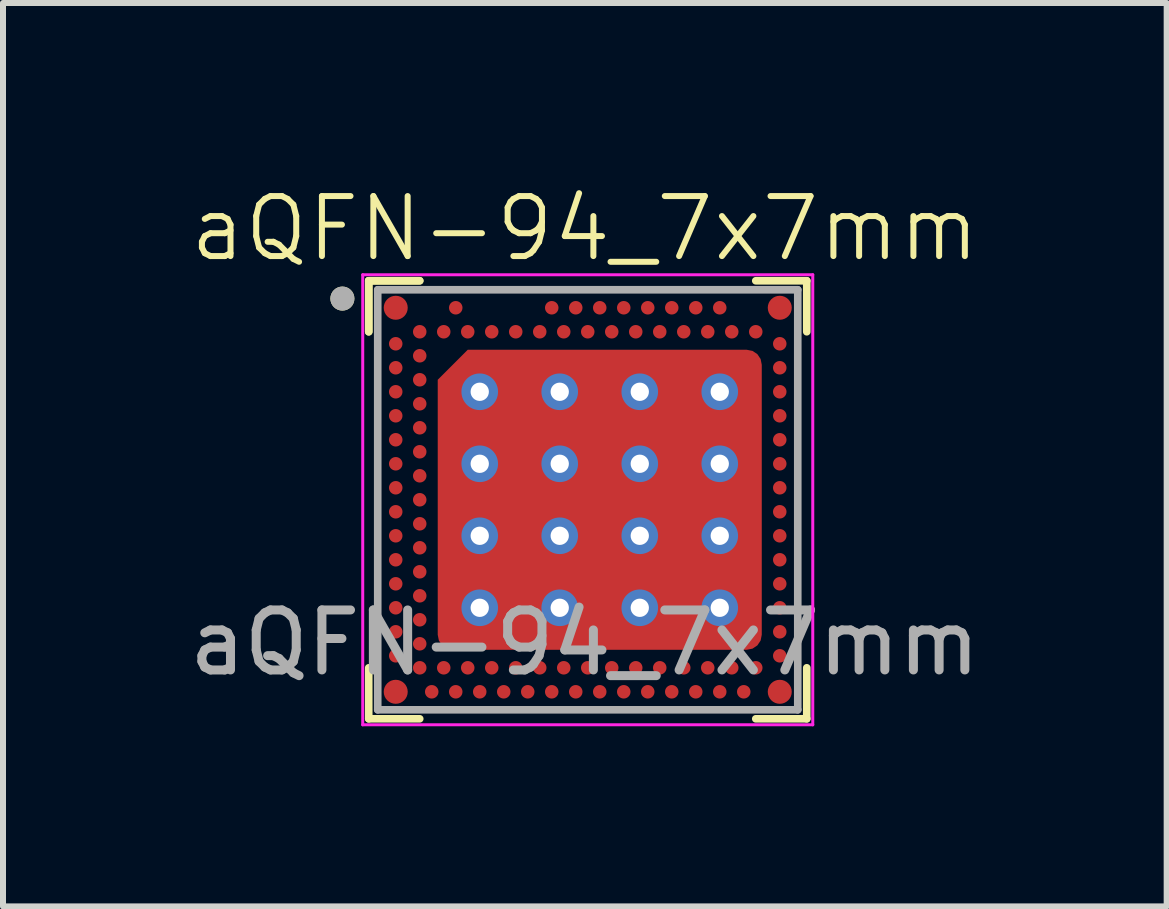
<source format=kicad_pcb>
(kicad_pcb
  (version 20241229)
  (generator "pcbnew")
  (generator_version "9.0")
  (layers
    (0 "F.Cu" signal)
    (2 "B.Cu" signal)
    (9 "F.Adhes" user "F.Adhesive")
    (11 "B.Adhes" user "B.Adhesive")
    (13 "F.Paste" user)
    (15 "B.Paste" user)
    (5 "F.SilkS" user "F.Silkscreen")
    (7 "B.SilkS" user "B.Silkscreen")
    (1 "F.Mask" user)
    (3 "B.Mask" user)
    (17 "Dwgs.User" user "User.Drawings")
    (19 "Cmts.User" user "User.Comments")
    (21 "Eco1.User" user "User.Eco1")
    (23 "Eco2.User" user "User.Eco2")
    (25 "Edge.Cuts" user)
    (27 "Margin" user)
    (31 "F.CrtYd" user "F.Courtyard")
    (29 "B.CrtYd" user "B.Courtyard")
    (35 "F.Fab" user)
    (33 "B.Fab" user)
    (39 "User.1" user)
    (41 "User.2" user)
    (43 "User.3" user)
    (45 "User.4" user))
  (footprint "aQFN-94_7x7mm"
    (layer "F.Cu")
    (at 6.696 5.16)
    (property "Reference" "aQFN-94_7x7mm" (at 0 -4.4 0) (unlocked yes) (layer "F.SilkS") (effects (font (size 1 1) (thickness 0.1))))
    (attr smd)
    (fp_line (start -3.601 -3.531) (end -3.601 -2.681) (stroke (width 0.127) (type solid)) (layer "F.SilkS"))
    (fp_line (start -3.601 -3.531) (end -3.601 -2.681) (stroke (width 0.127) (type solid)) (layer "F.SilkS"))
    (fp_line (start -3.601 2.919) (end -3.601 3.769) (stroke (width 0.127) (type solid)) (layer "F.SilkS"))
    (fp_line (start -3.601 3.769) (end -2.751 3.769) (stroke (width 0.127) (type solid)) (layer "F.SilkS"))
    (fp_line (start -2.751 -3.531) (end -3.601 -3.531) (stroke (width 0.127) (type solid)) (layer "F.SilkS"))
    (fp_line (start -2.751 -3.531) (end -3.601 -3.531) (stroke (width 0.127) (type solid)) (layer "F.SilkS"))
    (fp_line (start 2.849 3.769) (end 3.699 3.769) (stroke (width 0.127) (type solid)) (layer "F.SilkS"))
    (fp_line (start 3.699 -3.531) (end 2.849 -3.531) (stroke (width 0.127) (type solid)) (layer "F.SilkS"))
    (fp_line (start 3.699 -2.681) (end 3.699 -3.531) (stroke (width 0.127) (type solid)) (layer "F.SilkS"))
    (fp_line (start 3.699 3.769) (end 3.699 2.919) (stroke (width 0.127) (type solid)) (layer "F.SilkS"))
    (fp_circle (center -4.04 -3.234) (end -3.94 -3.234) (stroke (width 0.2) (type solid)) (fill no) (layer "F.SilkS"))
    (fp_circle (center -3.151 -3.081) (end -3.054 -3.081) (stroke (width 0.194) (type solid)) (fill no) (layer "F.Paste"))
    (fp_circle (center -3.151 -2.481) (end -3.098 -2.481) (stroke (width 0.106) (type solid)) (fill no) (layer "F.Paste"))
    (fp_circle (center -3.151 -2.081) (end -3.098 -2.081) (stroke (width 0.106) (type solid)) (fill no) (layer "F.Paste"))
    (fp_circle (center -3.151 -1.681) (end -3.098 -1.681) (stroke (width 0.106) (type solid)) (fill no) (layer "F.Paste"))
    (fp_circle (center -3.151 -1.281) (end -3.098 -1.281) (stroke (width 0.106) (type solid)) (fill no) (layer "F.Paste"))
    (fp_circle (center -3.151 -0.881) (end -3.098 -0.881) (stroke (width 0.106) (type solid)) (fill no) (layer "F.Paste"))
    (fp_circle (center -3.151 -0.481) (end -3.098 -0.481) (stroke (width 0.106) (type solid)) (fill no) (layer "F.Paste"))
    (fp_circle (center -3.151 -0.081) (end -3.098 -0.081) (stroke (width 0.106) (type solid)) (fill no) (layer "F.Paste"))
    (fp_circle (center -3.151 0.319) (end -3.098 0.319) (stroke (width 0.106) (type solid)) (fill no) (layer "F.Paste"))
    (fp_circle (center -3.151 0.719) (end -3.098 0.719) (stroke (width 0.106) (type solid)) (fill no) (layer "F.Paste"))
    (fp_circle (center -3.151 1.119) (end -3.098 1.119) (stroke (width 0.106) (type solid)) (fill no) (layer "F.Paste"))
    (fp_circle (center -3.151 1.519) (end -3.098 1.519) (stroke (width 0.106) (type solid)) (fill no) (layer "F.Paste"))
    (fp_circle (center -3.151 1.919) (end -3.098 1.919) (stroke (width 0.106) (type solid)) (fill no) (layer "F.Paste"))
    (fp_circle (center -3.151 2.319) (end -3.098 2.319) (stroke (width 0.106) (type solid)) (fill no) (layer "F.Paste"))
    (fp_circle (center -3.151 2.719) (end -3.098 2.719) (stroke (width 0.106) (type solid)) (fill no) (layer "F.Paste"))
    (fp_circle (center -3.151 3.319) (end -3.054 3.319) (stroke (width 0.194) (type solid)) (fill no) (layer "F.Paste"))
    (fp_circle (center -2.751 -2.681) (end -2.698 -2.681) (stroke (width 0.106) (type solid)) (fill no) (layer "F.Paste"))
    (fp_circle (center -2.751 -2.281) (end -2.698 -2.281) (stroke (width 0.106) (type solid)) (fill no) (layer "F.Paste"))
    (fp_circle (center -2.751 -1.881) (end -2.698 -1.881) (stroke (width 0.106) (type solid)) (fill no) (layer "F.Paste"))
    (fp_circle (center -2.751 -1.481) (end -2.698 -1.481) (stroke (width 0.106) (type solid)) (fill no) (layer "F.Paste"))
    (fp_circle (center -2.751 -1.081) (end -2.698 -1.081) (stroke (width 0.106) (type solid)) (fill no) (layer "F.Paste"))
    (fp_circle (center -2.751 -0.681) (end -2.698 -0.681) (stroke (width 0.106) (type solid)) (fill no) (layer "F.Paste"))
    (fp_circle (center -2.751 -0.281) (end -2.698 -0.281) (stroke (width 0.106) (type solid)) (fill no) (layer "F.Paste"))
    (fp_circle (center -2.751 0.119) (end -2.698 0.119) (stroke (width 0.106) (type solid)) (fill no) (layer "F.Paste"))
    (fp_circle (center -2.751 0.519) (end -2.698 0.519) (stroke (width 0.106) (type solid)) (fill no) (layer "F.Paste"))
    (fp_circle (center -2.751 0.919) (end -2.698 0.919) (stroke (width 0.106) (type solid)) (fill no) (layer "F.Paste"))
    (fp_circle (center -2.751 1.319) (end -2.698 1.319) (stroke (width 0.106) (type solid)) (fill no) (layer "F.Paste"))
    (fp_circle (center -2.751 1.719) (end -2.698 1.719) (stroke (width 0.106) (type solid)) (fill no) (layer "F.Paste"))
    (fp_circle (center -2.751 2.119) (end -2.698 2.119) (stroke (width 0.106) (type solid)) (fill no) (layer "F.Paste"))
    (fp_circle (center -2.751 2.519) (end -2.698 2.519) (stroke (width 0.106) (type solid)) (fill no) (layer "F.Paste"))
    (fp_circle (center -2.751 2.919) (end -2.698 2.919) (stroke (width 0.106) (type solid)) (fill no) (layer "F.Paste"))
    (fp_circle (center -2.551 3.319) (end -2.498 3.319) (stroke (width 0.106) (type solid)) (fill no) (layer "F.Paste"))
    (fp_circle (center -2.351 -2.681) (end -2.298 -2.681) (stroke (width 0.106) (type solid)) (fill no) (layer "F.Paste"))
    (fp_circle (center -2.351 2.919) (end -2.298 2.919) (stroke (width 0.106) (type solid)) (fill no) (layer "F.Paste"))
    (fp_circle (center -2.151 -3.081) (end -2.098 -3.081) (stroke (width 0.106) (type solid)) (fill no) (layer "F.Paste"))
    (fp_circle (center -2.151 3.319) (end -2.098 3.319) (stroke (width 0.106) (type solid)) (fill no) (layer "F.Paste"))
    (fp_circle (center -1.951 -2.681) (end -1.898 -2.681) (stroke (width 0.106) (type solid)) (fill no) (layer "F.Paste"))
    (fp_circle (center -1.951 2.919) (end -1.898 2.919) (stroke (width 0.106) (type solid)) (fill no) (layer "F.Paste"))
    (fp_circle (center -1.751 3.319) (end -1.698 3.319) (stroke (width 0.106) (type solid)) (fill no) (layer "F.Paste"))
    (fp_circle (center -1.551 -2.681) (end -1.498 -2.681) (stroke (width 0.106) (type solid)) (fill no) (layer "F.Paste"))
    (fp_circle (center -1.551 2.919) (end -1.498 2.919) (stroke (width 0.106) (type solid)) (fill no) (layer "F.Paste"))
    (fp_circle (center -1.351 3.319) (end -1.298 3.319) (stroke (width 0.106) (type solid)) (fill no) (layer "F.Paste"))
    (fp_circle (center -1.151 -2.681) (end -1.098 -2.681) (stroke (width 0.106) (type solid)) (fill no) (layer "F.Paste"))
    (fp_circle (center -1.151 2.919) (end -1.098 2.919) (stroke (width 0.106) (type solid)) (fill no) (layer "F.Paste"))
    (fp_circle (center -0.951 3.319) (end -0.898 3.319) (stroke (width 0.106) (type solid)) (fill no) (layer "F.Paste"))
    (fp_circle (center -0.751 -2.681) (end -0.698 -2.681) (stroke (width 0.106) (type solid)) (fill no) (layer "F.Paste"))
    (fp_circle (center -0.751 2.919) (end -0.698 2.919) (stroke (width 0.106) (type solid)) (fill no) (layer "F.Paste"))
    (fp_circle (center -0.551 -3.081) (end -0.498 -3.081) (stroke (width 0.106) (type solid)) (fill no) (layer "F.Paste"))
    (fp_circle (center -0.551 3.319) (end -0.498 3.319) (stroke (width 0.106) (type solid)) (fill no) (layer "F.Paste"))
    (fp_circle (center -0.351 -2.681) (end -0.298 -2.681) (stroke (width 0.106) (type solid)) (fill no) (layer "F.Paste"))
    (fp_circle (center -0.351 2.919) (end -0.298 2.919) (stroke (width 0.106) (type solid)) (fill no) (layer "F.Paste"))
    (fp_circle (center -0.151 -3.081) (end -0.098 -3.081) (stroke (width 0.106) (type solid)) (fill no) (layer "F.Paste"))
    (fp_circle (center -0.151 3.319) (end -0.098 3.319) (stroke (width 0.106) (type solid)) (fill no) (layer "F.Paste"))
    (fp_circle (center 0.049 -2.681) (end 0.102 -2.681) (stroke (width 0.106) (type solid)) (fill no) (layer "F.Paste"))
    (fp_circle (center 0.049 2.919) (end 0.102 2.919) (stroke (width 0.106) (type solid)) (fill no) (layer "F.Paste"))
    (fp_circle (center 0.249 -3.081) (end 0.302 -3.081) (stroke (width 0.106) (type solid)) (fill no) (layer "F.Paste"))
    (fp_circle (center 0.249 3.319) (end 0.302 3.319) (stroke (width 0.106) (type solid)) (fill no) (layer "F.Paste"))
    (fp_circle (center 0.449 -2.681) (end 0.502 -2.681) (stroke (width 0.106) (type solid)) (fill no) (layer "F.Paste"))
    (fp_circle (center 0.449 2.919) (end 0.502 2.919) (stroke (width 0.106) (type solid)) (fill no) (layer "F.Paste"))
    (fp_circle (center 0.649 -3.081) (end 0.702 -3.081) (stroke (width 0.106) (type solid)) (fill no) (layer "F.Paste"))
    (fp_circle (center 0.649 3.319) (end 0.702 3.319) (stroke (width 0.106) (type solid)) (fill no) (layer "F.Paste"))
    (fp_circle (center 0.849 -2.681) (end 0.902 -2.681) (stroke (width 0.106) (type solid)) (fill no) (layer "F.Paste"))
    (fp_circle (center 0.849 2.919) (end 0.902 2.919) (stroke (width 0.106) (type solid)) (fill no) (layer "F.Paste"))
    (fp_circle (center 1.049 -3.081) (end 1.102 -3.081) (stroke (width 0.106) (type solid)) (fill no) (layer "F.Paste"))
    (fp_circle (center 1.049 3.319) (end 1.102 3.319) (stroke (width 0.106) (type solid)) (fill no) (layer "F.Paste"))
    (fp_circle (center 1.249 -2.681) (end 1.302 -2.681) (stroke (width 0.106) (type solid)) (fill no) (layer "F.Paste"))
    (fp_circle (center 1.249 2.919) (end 1.302 2.919) (stroke (width 0.106) (type solid)) (fill no) (layer "F.Paste"))
    (fp_circle (center 1.449 -3.081) (end 1.502 -3.081) (stroke (width 0.106) (type solid)) (fill no) (layer "F.Paste"))
    (fp_circle (center 1.449 3.319) (end 1.502 3.319) (stroke (width 0.106) (type solid)) (fill no) (layer "F.Paste"))
    (fp_circle (center 1.649 -2.681) (end 1.702 -2.681) (stroke (width 0.106) (type solid)) (fill no) (layer "F.Paste"))
    (fp_circle (center 1.649 2.919) (end 1.702 2.919) (stroke (width 0.106) (type solid)) (fill no) (layer "F.Paste"))
    (fp_circle (center 1.849 -3.081) (end 1.902 -3.081) (stroke (width 0.106) (type solid)) (fill no) (layer "F.Paste"))
    (fp_circle (center 1.849 3.319) (end 1.902 3.319) (stroke (width 0.106) (type solid)) (fill no) (layer "F.Paste"))
    (fp_circle (center 2.049 -2.681) (end 2.102 -2.681) (stroke (width 0.106) (type solid)) (fill no) (layer "F.Paste"))
    (fp_circle (center 2.049 2.919) (end 2.102 2.919) (stroke (width 0.106) (type solid)) (fill no) (layer "F.Paste"))
    (fp_circle (center 2.249 -3.081) (end 2.302 -3.081) (stroke (width 0.106) (type solid)) (fill no) (layer "F.Paste"))
    (fp_circle (center 2.249 3.319) (end 2.302 3.319) (stroke (width 0.106) (type solid)) (fill no) (layer "F.Paste"))
    (fp_circle (center 2.449 -2.681) (end 2.502 -2.681) (stroke (width 0.106) (type solid)) (fill no) (layer "F.Paste"))
    (fp_circle (center 2.449 2.919) (end 2.502 2.919) (stroke (width 0.106) (type solid)) (fill no) (layer "F.Paste"))
    (fp_circle (center 2.649 3.319) (end 2.702 3.319) (stroke (width 0.106) (type solid)) (fill no) (layer "F.Paste"))
    (fp_circle (center 2.849 -2.681) (end 2.902 -2.681) (stroke (width 0.106) (type solid)) (fill no) (layer "F.Paste"))
    (fp_circle (center 2.849 2.919) (end 2.902 2.919) (stroke (width 0.106) (type solid)) (fill no) (layer "F.Paste"))
    (fp_circle (center 3.249 -3.081) (end 3.346 -3.081) (stroke (width 0.194) (type solid)) (fill no) (layer "F.Paste"))
    (fp_circle (center 3.249 -2.481) (end 3.302 -2.481) (stroke (width 0.106) (type solid)) (fill no) (layer "F.Paste"))
    (fp_circle (center 3.249 -2.081) (end 3.302 -2.081) (stroke (width 0.106) (type solid)) (fill no) (layer "F.Paste"))
    (fp_circle (center 3.249 -1.681) (end 3.302 -1.681) (stroke (width 0.106) (type solid)) (fill no) (layer "F.Paste"))
    (fp_circle (center 3.249 -1.281) (end 3.302 -1.281) (stroke (width 0.106) (type solid)) (fill no) (layer "F.Paste"))
    (fp_circle (center 3.249 -0.881) (end 3.302 -0.881) (stroke (width 0.106) (type solid)) (fill no) (layer "F.Paste"))
    (fp_circle (center 3.249 -0.481) (end 3.302 -0.481) (stroke (width 0.106) (type solid)) (fill no) (layer "F.Paste"))
    (fp_circle (center 3.249 -0.081) (end 3.302 -0.081) (stroke (width 0.106) (type solid)) (fill no) (layer "F.Paste"))
    (fp_circle (center 3.249 0.319) (end 3.302 0.319) (stroke (width 0.106) (type solid)) (fill no) (layer "F.Paste"))
    (fp_circle (center 3.249 0.719) (end 3.302 0.719) (stroke (width 0.106) (type solid)) (fill no) (layer "F.Paste"))
    (fp_circle (center 3.249 1.119) (end 3.302 1.119) (stroke (width 0.106) (type solid)) (fill no) (layer "F.Paste"))
    (fp_circle (center 3.249 1.519) (end 3.302 1.519) (stroke (width 0.106) (type solid)) (fill no) (layer "F.Paste"))
    (fp_circle (center 3.249 1.919) (end 3.302 1.919) (stroke (width 0.106) (type solid)) (fill no) (layer "F.Paste"))
    (fp_circle (center 3.249 2.319) (end 3.302 2.319) (stroke (width 0.106) (type solid)) (fill no) (layer "F.Paste"))
    (fp_circle (center 3.249 2.719) (end 3.302 2.719) (stroke (width 0.106) (type solid)) (fill no) (layer "F.Paste"))
    (fp_circle (center 3.249 3.319) (end 3.346 3.319) (stroke (width 0.194) (type solid)) (fill no) (layer "F.Paste"))
    (fp_poly (pts (xy -2.251 -1.941) (xy -2.25 -1.953) (xy -2.249 -1.966) (xy -2.247 -1.979) (xy -2.245 -1.991) (xy -2.242 -2.004) (xy -2.238 -2.016) (xy -2.233 -2.028) (xy -2.228 -2.04) (xy -2.222 -2.051) (xy -2.216 -2.062) (xy -2.209 -2.073) (xy -2.202 -2.083) (xy -2.194 -2.094) (xy -2.185 -2.103) (xy -2.176 -2.112) (xy -2.167 -2.121) (xy -2.157 -2.129) (xy -2.147 -2.137) (xy -2.136 -2.144) (xy -2.125 -2.15) (xy -2.113 -2.156) (xy -2.102 -2.162) (xy -2.09 -2.166) (xy -2.078 -2.17) (xy -2.065 -2.174) (xy -2.053 -2.177) (xy -2.04 -2.179) (xy -2.027 -2.18) (xy -2.015 -2.181) (xy -2.001 -2.181) (xy -1.401 -2.181) (xy -1.387 -2.181) (xy -1.375 -2.18) (xy -1.362 -2.179) (xy -1.349 -2.177) (xy -1.337 -2.174) (xy -1.324 -2.17) (xy -1.312 -2.166) (xy -1.3 -2.162) (xy -1.289 -2.156) (xy -1.277 -2.15) (xy -1.266 -2.144) (xy -1.255 -2.137) (xy -1.245 -2.129) (xy -1.235 -2.121) (xy -1.226 -2.112) (xy -1.217 -2.103) (xy -1.208 -2.094) (xy -1.2 -2.083) (xy -1.193 -2.073) (xy -1.186 -2.062) (xy -1.18 -2.051) (xy -1.174 -2.04) (xy -1.169 -2.028) (xy -1.164 -2.016) (xy -1.16 -2.004) (xy -1.157 -1.991) (xy -1.155 -1.979) (xy -1.153 -1.966) (xy -1.152 -1.953) (xy -1.151 -1.941) (xy -1.151 -1.421) (xy -1.152 -1.409) (xy -1.153 -1.396) (xy -1.155 -1.383) (xy -1.157 -1.371) (xy -1.16 -1.358) (xy -1.164 -1.346) (xy -1.169 -1.334) (xy -1.174 -1.322) (xy -1.18 -1.311) (xy -1.186 -1.3) (xy -1.193 -1.289) (xy -1.2 -1.279) (xy -1.208 -1.268) (xy -1.217 -1.259) (xy -1.226 -1.25) (xy -1.235 -1.241) (xy -1.245 -1.233) (xy -1.255 -1.225) (xy -1.266 -1.218) (xy -1.277 -1.212) (xy -1.289 -1.206) (xy -1.3 -1.2) (xy -1.312 -1.196) (xy -1.324 -1.192) (xy -1.337 -1.188) (xy -1.349 -1.185) (xy -1.362 -1.183) (xy -1.375 -1.182) (xy -1.387 -1.181) (xy -1.401 -1.181) (xy -2.001 -1.181) (xy -2.015 -1.181) (xy -2.027 -1.182) (xy -2.04 -1.183) (xy -2.053 -1.185) (xy -2.065 -1.188) (xy -2.078 -1.192) (xy -2.09 -1.196) (xy -2.102 -1.2) (xy -2.113 -1.206) (xy -2.125 -1.212) (xy -2.136 -1.218) (xy -2.147 -1.225) (xy -2.157 -1.233) (xy -2.167 -1.241) (xy -2.176 -1.25) (xy -2.185 -1.259) (xy -2.194 -1.268) (xy -2.202 -1.279) (xy -2.209 -1.289) (xy -2.216 -1.3) (xy -2.222 -1.311) (xy -2.228 -1.322) (xy -2.233 -1.334) (xy -2.238 -1.346) (xy -2.242 -1.358) (xy -2.245 -1.371) (xy -2.247 -1.383) (xy -2.249 -1.396) (xy -2.25 -1.409) (xy -2.251 -1.421) (xy -2.251 -1.941)) (stroke (width 0.01) (type solid)) (fill yes) (layer "F.Paste"))
    (fp_poly (pts (xy -2.251 -0.741) (xy -2.25 -0.753) (xy -2.249 -0.766) (xy -2.247 -0.779) (xy -2.245 -0.791) (xy -2.242 -0.804) (xy -2.238 -0.816) (xy -2.233 -0.828) (xy -2.228 -0.84) (xy -2.222 -0.851) (xy -2.216 -0.862) (xy -2.209 -0.873) (xy -2.202 -0.883) (xy -2.194 -0.894) (xy -2.185 -0.903) (xy -2.176 -0.912) (xy -2.167 -0.921) (xy -2.157 -0.929) (xy -2.147 -0.937) (xy -2.136 -0.944) (xy -2.125 -0.95) (xy -2.113 -0.956) (xy -2.102 -0.962) (xy -2.09 -0.966) (xy -2.078 -0.97) (xy -2.065 -0.974) (xy -2.053 -0.977) (xy -2.04 -0.979) (xy -2.027 -0.98) (xy -2.015 -0.981) (xy -2.001 -0.981) (xy -1.401 -0.981) (xy -1.387 -0.981) (xy -1.375 -0.98) (xy -1.362 -0.979) (xy -1.349 -0.977) (xy -1.337 -0.974) (xy -1.324 -0.97) (xy -1.312 -0.966) (xy -1.3 -0.962) (xy -1.289 -0.956) (xy -1.277 -0.95) (xy -1.266 -0.944) (xy -1.255 -0.937) (xy -1.245 -0.929) (xy -1.235 -0.921) (xy -1.226 -0.912) (xy -1.217 -0.903) (xy -1.208 -0.894) (xy -1.2 -0.883) (xy -1.193 -0.873) (xy -1.186 -0.862) (xy -1.18 -0.851) (xy -1.174 -0.84) (xy -1.169 -0.828) (xy -1.164 -0.816) (xy -1.16 -0.804) (xy -1.157 -0.791) (xy -1.155 -0.779) (xy -1.153 -0.766) (xy -1.152 -0.753) (xy -1.151 -0.741) (xy -1.151 -0.221) (xy -1.152 -0.209) (xy -1.153 -0.196) (xy -1.155 -0.183) (xy -1.157 -0.171) (xy -1.16 -0.158) (xy -1.164 -0.146) (xy -1.169 -0.134) (xy -1.174 -0.122) (xy -1.18 -0.111) (xy -1.186 -0.1) (xy -1.193 -0.089) (xy -1.2 -0.079) (xy -1.208 -0.068) (xy -1.217 -0.059) (xy -1.226 -0.05) (xy -1.235 -0.041) (xy -1.245 -0.033) (xy -1.255 -0.025) (xy -1.266 -0.018) (xy -1.277 -0.012) (xy -1.289 -0.006) (xy -1.3 0) (xy -1.312 0.004) (xy -1.324 0.008) (xy -1.337 0.012) (xy -1.349 0.015) (xy -1.362 0.017) (xy -1.375 0.018) (xy -1.387 0.019) (xy -1.401 0.019) (xy -2.001 0.019) (xy -2.015 0.019) (xy -2.027 0.018) (xy -2.04 0.017) (xy -2.053 0.015) (xy -2.065 0.012) (xy -2.078 0.008) (xy -2.09 0.004) (xy -2.102 0) (xy -2.113 -0.006) (xy -2.125 -0.012) (xy -2.136 -0.018) (xy -2.147 -0.025) (xy -2.157 -0.033) (xy -2.167 -0.041) (xy -2.176 -0.05) (xy -2.185 -0.059) (xy -2.194 -0.068) (xy -2.202 -0.079) (xy -2.209 -0.089) (xy -2.216 -0.1) (xy -2.222 -0.111) (xy -2.228 -0.122) (xy -2.233 -0.134) (xy -2.238 -0.146) (xy -2.242 -0.158) (xy -2.245 -0.171) (xy -2.247 -0.183) (xy -2.249 -0.196) (xy -2.25 -0.209) (xy -2.251 -0.221) (xy -2.251 -0.741)) (stroke (width 0.01) (type solid)) (fill yes) (layer "F.Paste"))
    (fp_poly (pts (xy -2.251 0.459) (xy -2.25 0.447) (xy -2.249 0.434) (xy -2.247 0.421) (xy -2.245 0.409) (xy -2.242 0.396) (xy -2.238 0.384) (xy -2.233 0.372) (xy -2.228 0.36) (xy -2.222 0.349) (xy -2.216 0.338) (xy -2.209 0.327) (xy -2.202 0.317) (xy -2.194 0.306) (xy -2.185 0.297) (xy -2.176 0.288) (xy -2.167 0.279) (xy -2.157 0.271) (xy -2.147 0.263) (xy -2.136 0.256) (xy -2.125 0.25) (xy -2.113 0.244) (xy -2.102 0.238) (xy -2.09 0.234) (xy -2.078 0.23) (xy -2.065 0.226) (xy -2.053 0.223) (xy -2.04 0.221) (xy -2.027 0.22) (xy -2.015 0.219) (xy -2.001 0.219) (xy -1.401 0.219) (xy -1.387 0.219) (xy -1.375 0.22) (xy -1.362 0.221) (xy -1.349 0.223) (xy -1.337 0.226) (xy -1.324 0.23) (xy -1.312 0.234) (xy -1.3 0.238) (xy -1.289 0.244) (xy -1.277 0.25) (xy -1.266 0.256) (xy -1.255 0.263) (xy -1.245 0.271) (xy -1.235 0.279) (xy -1.226 0.288) (xy -1.217 0.297) (xy -1.208 0.306) (xy -1.2 0.317) (xy -1.193 0.327) (xy -1.186 0.338) (xy -1.18 0.349) (xy -1.174 0.36) (xy -1.169 0.372) (xy -1.164 0.384) (xy -1.16 0.396) (xy -1.157 0.409) (xy -1.155 0.421) (xy -1.153 0.434) (xy -1.152 0.447) (xy -1.151 0.459) (xy -1.151 0.979) (xy -1.152 0.991) (xy -1.153 1.004) (xy -1.155 1.017) (xy -1.157 1.029) (xy -1.16 1.042) (xy -1.164 1.054) (xy -1.169 1.066) (xy -1.174 1.078) (xy -1.18 1.089) (xy -1.186 1.1) (xy -1.193 1.111) (xy -1.2 1.121) (xy -1.208 1.132) (xy -1.217 1.141) (xy -1.226 1.15) (xy -1.235 1.159) (xy -1.245 1.167) (xy -1.255 1.175) (xy -1.266 1.182) (xy -1.277 1.188) (xy -1.289 1.194) (xy -1.3 1.2) (xy -1.312 1.204) (xy -1.324 1.208) (xy -1.337 1.212) (xy -1.349 1.215) (xy -1.362 1.217) (xy -1.375 1.218) (xy -1.387 1.219) (xy -1.401 1.219) (xy -2.001 1.219) (xy -2.015 1.219) (xy -2.027 1.218) (xy -2.04 1.217) (xy -2.053 1.215) (xy -2.065 1.212) (xy -2.078 1.208) (xy -2.09 1.204) (xy -2.102 1.2) (xy -2.113 1.194) (xy -2.125 1.188) (xy -2.136 1.182) (xy -2.147 1.175) (xy -2.157 1.167) (xy -2.167 1.159) (xy -2.176 1.15) (xy -2.185 1.141) (xy -2.194 1.132) (xy -2.202 1.121) (xy -2.209 1.111) (xy -2.216 1.1) (xy -2.222 1.089) (xy -2.228 1.078) (xy -2.233 1.066) (xy -2.238 1.054) (xy -2.242 1.042) (xy -2.245 1.029) (xy -2.247 1.017) (xy -2.249 1.004) (xy -2.25 0.991) (xy -2.251 0.979) (xy -2.251 0.459)) (stroke (width 0.01) (type solid)) (fill yes) (layer "F.Paste"))
    (fp_poly (pts (xy -2.251 1.659) (xy -2.25 1.647) (xy -2.249 1.634) (xy -2.247 1.621) (xy -2.245 1.609) (xy -2.242 1.596) (xy -2.238 1.584) (xy -2.233 1.572) (xy -2.228 1.56) (xy -2.222 1.549) (xy -2.216 1.538) (xy -2.209 1.527) (xy -2.202 1.517) (xy -2.194 1.506) (xy -2.185 1.497) (xy -2.176 1.488) (xy -2.167 1.479) (xy -2.157 1.471) (xy -2.147 1.463) (xy -2.136 1.456) (xy -2.125 1.45) (xy -2.113 1.444) (xy -2.102 1.438) (xy -2.09 1.434) (xy -2.078 1.43) (xy -2.065 1.426) (xy -2.053 1.423) (xy -2.04 1.421) (xy -2.027 1.42) (xy -2.015 1.419) (xy -2.001 1.419) (xy -1.401 1.419) (xy -1.387 1.419) (xy -1.375 1.42) (xy -1.362 1.421) (xy -1.349 1.423) (xy -1.337 1.426) (xy -1.324 1.43) (xy -1.312 1.434) (xy -1.3 1.438) (xy -1.289 1.444) (xy -1.277 1.45) (xy -1.266 1.456) (xy -1.255 1.463) (xy -1.245 1.471) (xy -1.235 1.479) (xy -1.226 1.488) (xy -1.217 1.497) (xy -1.208 1.506) (xy -1.2 1.517) (xy -1.193 1.527) (xy -1.186 1.538) (xy -1.18 1.549) (xy -1.174 1.56) (xy -1.169 1.572) (xy -1.164 1.584) (xy -1.16 1.596) (xy -1.157 1.609) (xy -1.155 1.621) (xy -1.153 1.634) (xy -1.152 1.647) (xy -1.151 1.659) (xy -1.151 2.179) (xy -1.152 2.191) (xy -1.153 2.204) (xy -1.155 2.217) (xy -1.157 2.229) (xy -1.16 2.242) (xy -1.164 2.254) (xy -1.169 2.266) (xy -1.174 2.278) (xy -1.18 2.289) (xy -1.186 2.3) (xy -1.193 2.311) (xy -1.2 2.321) (xy -1.208 2.332) (xy -1.217 2.341) (xy -1.226 2.35) (xy -1.235 2.359) (xy -1.245 2.367) (xy -1.255 2.375) (xy -1.266 2.382) (xy -1.277 2.388) (xy -1.289 2.394) (xy -1.3 2.4) (xy -1.312 2.404) (xy -1.324 2.408) (xy -1.337 2.412) (xy -1.349 2.415) (xy -1.362 2.417) (xy -1.375 2.418) (xy -1.387 2.419) (xy -1.401 2.419) (xy -2.001 2.419) (xy -2.015 2.419) (xy -2.027 2.418) (xy -2.04 2.417) (xy -2.053 2.415) (xy -2.065 2.412) (xy -2.078 2.408) (xy -2.09 2.404) (xy -2.102 2.4) (xy -2.113 2.394) (xy -2.125 2.388) (xy -2.136 2.382) (xy -2.147 2.375) (xy -2.157 2.367) (xy -2.167 2.359) (xy -2.176 2.35) (xy -2.185 2.341) (xy -2.194 2.332) (xy -2.202 2.321) (xy -2.209 2.311) (xy -2.216 2.3) (xy -2.222 2.289) (xy -2.228 2.278) (xy -2.233 2.266) (xy -2.238 2.254) (xy -2.242 2.242) (xy -2.245 2.229) (xy -2.247 2.217) (xy -2.249 2.204) (xy -2.25 2.191) (xy -2.251 2.179) (xy -2.251 1.659)) (stroke (width 0.01) (type solid)) (fill yes) (layer "F.Paste"))
    (fp_poly (pts (xy -0.951 -1.941) (xy -0.95 -1.953) (xy -0.949 -1.966) (xy -0.947 -1.979) (xy -0.945 -1.991) (xy -0.942 -2.004) (xy -0.938 -2.016) (xy -0.933 -2.028) (xy -0.928 -2.04) (xy -0.922 -2.051) (xy -0.916 -2.062) (xy -0.909 -2.073) (xy -0.902 -2.083) (xy -0.894 -2.094) (xy -0.885 -2.103) (xy -0.876 -2.112) (xy -0.867 -2.121) (xy -0.857 -2.129) (xy -0.847 -2.137) (xy -0.836 -2.144) (xy -0.825 -2.15) (xy -0.813 -2.156) (xy -0.802 -2.162) (xy -0.79 -2.166) (xy -0.778 -2.17) (xy -0.765 -2.174) (xy -0.753 -2.177) (xy -0.74 -2.179) (xy -0.727 -2.18) (xy -0.715 -2.181) (xy -0.701 -2.181) (xy -0.101 -2.181) (xy -0.087 -2.181) (xy -0.075 -2.18) (xy -0.062 -2.179) (xy -0.049 -2.177) (xy -0.037 -2.174) (xy -0.024 -2.17) (xy -0.012 -2.166) (xy 0 -2.162) (xy 0.011 -2.156) (xy 0.023 -2.15) (xy 0.034 -2.144) (xy 0.045 -2.137) (xy 0.055 -2.129) (xy 0.065 -2.121) (xy 0.074 -2.112) (xy 0.083 -2.103) (xy 0.092 -2.094) (xy 0.1 -2.083) (xy 0.107 -2.073) (xy 0.114 -2.062) (xy 0.12 -2.051) (xy 0.126 -2.04) (xy 0.131 -2.028) (xy 0.136 -2.016) (xy 0.14 -2.004) (xy 0.143 -1.991) (xy 0.145 -1.979) (xy 0.147 -1.966) (xy 0.148 -1.953) (xy 0.149 -1.941) (xy 0.149 -1.421) (xy 0.148 -1.409) (xy 0.147 -1.396) (xy 0.145 -1.383) (xy 0.143 -1.371) (xy 0.14 -1.358) (xy 0.136 -1.346) (xy 0.131 -1.334) (xy 0.126 -1.322) (xy 0.12 -1.311) (xy 0.114 -1.3) (xy 0.107 -1.289) (xy 0.1 -1.279) (xy 0.092 -1.268) (xy 0.083 -1.259) (xy 0.074 -1.25) (xy 0.065 -1.241) (xy 0.055 -1.233) (xy 0.045 -1.225) (xy 0.034 -1.218) (xy 0.023 -1.212) (xy 0.011 -1.206) (xy 0 -1.2) (xy -0.012 -1.196) (xy -0.024 -1.192) (xy -0.037 -1.188) (xy -0.049 -1.185) (xy -0.062 -1.183) (xy -0.075 -1.182) (xy -0.087 -1.181) (xy -0.101 -1.181) (xy -0.701 -1.181) (xy -0.715 -1.181) (xy -0.727 -1.182) (xy -0.74 -1.183) (xy -0.753 -1.185) (xy -0.765 -1.188) (xy -0.778 -1.192) (xy -0.79 -1.196) (xy -0.802 -1.2) (xy -0.813 -1.206) (xy -0.825 -1.212) (xy -0.836 -1.218) (xy -0.847 -1.225) (xy -0.857 -1.233) (xy -0.867 -1.241) (xy -0.876 -1.25) (xy -0.885 -1.259) (xy -0.894 -1.268) (xy -0.902 -1.279) (xy -0.909 -1.289) (xy -0.916 -1.3) (xy -0.922 -1.311) (xy -0.928 -1.322) (xy -0.933 -1.334) (xy -0.938 -1.346) (xy -0.942 -1.358) (xy -0.945 -1.371) (xy -0.947 -1.383) (xy -0.949 -1.396) (xy -0.95 -1.409) (xy -0.951 -1.421) (xy -0.951 -1.941)) (stroke (width 0.01) (type solid)) (fill yes) (layer "F.Paste"))
    (fp_poly (pts (xy -0.951 -0.741) (xy -0.95 -0.753) (xy -0.949 -0.766) (xy -0.947 -0.779) (xy -0.945 -0.791) (xy -0.942 -0.804) (xy -0.938 -0.816) (xy -0.933 -0.828) (xy -0.928 -0.84) (xy -0.922 -0.851) (xy -0.916 -0.862) (xy -0.909 -0.873) (xy -0.902 -0.883) (xy -0.894 -0.894) (xy -0.885 -0.903) (xy -0.876 -0.912) (xy -0.867 -0.921) (xy -0.857 -0.929) (xy -0.847 -0.937) (xy -0.836 -0.944) (xy -0.825 -0.95) (xy -0.813 -0.956) (xy -0.802 -0.962) (xy -0.79 -0.966) (xy -0.778 -0.97) (xy -0.765 -0.974) (xy -0.753 -0.977) (xy -0.74 -0.979) (xy -0.727 -0.98) (xy -0.715 -0.981) (xy -0.701 -0.981) (xy -0.101 -0.981) (xy -0.087 -0.981) (xy -0.075 -0.98) (xy -0.062 -0.979) (xy -0.049 -0.977) (xy -0.037 -0.974) (xy -0.024 -0.97) (xy -0.012 -0.966) (xy 0 -0.962) (xy 0.011 -0.956) (xy 0.023 -0.95) (xy 0.034 -0.944) (xy 0.045 -0.937) (xy 0.055 -0.929) (xy 0.065 -0.921) (xy 0.074 -0.912) (xy 0.083 -0.903) (xy 0.092 -0.894) (xy 0.1 -0.883) (xy 0.107 -0.873) (xy 0.114 -0.862) (xy 0.12 -0.851) (xy 0.126 -0.84) (xy 0.131 -0.828) (xy 0.136 -0.816) (xy 0.14 -0.804) (xy 0.143 -0.791) (xy 0.145 -0.779) (xy 0.147 -0.766) (xy 0.148 -0.753) (xy 0.149 -0.741) (xy 0.149 -0.221) (xy 0.148 -0.209) (xy 0.147 -0.196) (xy 0.145 -0.183) (xy 0.143 -0.171) (xy 0.14 -0.158) (xy 0.136 -0.146) (xy 0.131 -0.134) (xy 0.126 -0.122) (xy 0.12 -0.111) (xy 0.114 -0.1) (xy 0.107 -0.089) (xy 0.1 -0.079) (xy 0.092 -0.068) (xy 0.083 -0.059) (xy 0.074 -0.05) (xy 0.065 -0.041) (xy 0.055 -0.033) (xy 0.045 -0.025) (xy 0.034 -0.018) (xy 0.023 -0.012) (xy 0.011 -0.006) (xy 0 0) (xy -0.012 0.004) (xy -0.024 0.008) (xy -0.037 0.012) (xy -0.049 0.015) (xy -0.062 0.017) (xy -0.075 0.018) (xy -0.087 0.019) (xy -0.101 0.019) (xy -0.701 0.019) (xy -0.715 0.019) (xy -0.727 0.018) (xy -0.74 0.017) (xy -0.753 0.015) (xy -0.765 0.012) (xy -0.778 0.008) (xy -0.79 0.004) (xy -0.802 0) (xy -0.813 -0.006) (xy -0.825 -0.012) (xy -0.836 -0.018) (xy -0.847 -0.025) (xy -0.857 -0.033) (xy -0.867 -0.041) (xy -0.876 -0.05) (xy -0.885 -0.059) (xy -0.894 -0.068) (xy -0.902 -0.079) (xy -0.909 -0.089) (xy -0.916 -0.1) (xy -0.922 -0.111) (xy -0.928 -0.122) (xy -0.933 -0.134) (xy -0.938 -0.146) (xy -0.942 -0.158) (xy -0.945 -0.171) (xy -0.947 -0.183) (xy -0.949 -0.196) (xy -0.95 -0.209) (xy -0.951 -0.221) (xy -0.951 -0.741)) (stroke (width 0.01) (type solid)) (fill yes) (layer "F.Paste"))
    (fp_poly (pts (xy -0.951 0.459) (xy -0.95 0.447) (xy -0.949 0.434) (xy -0.947 0.421) (xy -0.945 0.409) (xy -0.942 0.396) (xy -0.938 0.384) (xy -0.933 0.372) (xy -0.928 0.36) (xy -0.922 0.349) (xy -0.916 0.338) (xy -0.909 0.327) (xy -0.902 0.317) (xy -0.894 0.306) (xy -0.885 0.297) (xy -0.876 0.288) (xy -0.867 0.279) (xy -0.857 0.271) (xy -0.847 0.263) (xy -0.836 0.256) (xy -0.825 0.25) (xy -0.813 0.244) (xy -0.802 0.238) (xy -0.79 0.234) (xy -0.778 0.23) (xy -0.765 0.226) (xy -0.753 0.223) (xy -0.74 0.221) (xy -0.727 0.22) (xy -0.715 0.219) (xy -0.701 0.219) (xy -0.101 0.219) (xy -0.087 0.219) (xy -0.075 0.22) (xy -0.062 0.221) (xy -0.049 0.223) (xy -0.037 0.226) (xy -0.024 0.23) (xy -0.012 0.234) (xy 0 0.238) (xy 0.011 0.244) (xy 0.023 0.25) (xy 0.034 0.256) (xy 0.045 0.263) (xy 0.055 0.271) (xy 0.065 0.279) (xy 0.074 0.288) (xy 0.083 0.297) (xy 0.092 0.306) (xy 0.1 0.317) (xy 0.107 0.327) (xy 0.114 0.338) (xy 0.12 0.349) (xy 0.126 0.36) (xy 0.131 0.372) (xy 0.136 0.384) (xy 0.14 0.396) (xy 0.143 0.409) (xy 0.145 0.421) (xy 0.147 0.434) (xy 0.148 0.447) (xy 0.149 0.459) (xy 0.149 0.979) (xy 0.148 0.991) (xy 0.147 1.004) (xy 0.145 1.017) (xy 0.143 1.029) (xy 0.14 1.042) (xy 0.136 1.054) (xy 0.131 1.066) (xy 0.126 1.078) (xy 0.12 1.089) (xy 0.114 1.1) (xy 0.107 1.111) (xy 0.1 1.121) (xy 0.092 1.132) (xy 0.083 1.141) (xy 0.074 1.15) (xy 0.065 1.159) (xy 0.055 1.167) (xy 0.045 1.175) (xy 0.034 1.182) (xy 0.023 1.188) (xy 0.011 1.194) (xy 0 1.2) (xy -0.012 1.204) (xy -0.024 1.208) (xy -0.037 1.212) (xy -0.049 1.215) (xy -0.062 1.217) (xy -0.075 1.218) (xy -0.087 1.219) (xy -0.101 1.219) (xy -0.701 1.219) (xy -0.715 1.219) (xy -0.727 1.218) (xy -0.74 1.217) (xy -0.753 1.215) (xy -0.765 1.212) (xy -0.778 1.208) (xy -0.79 1.204) (xy -0.802 1.2) (xy -0.813 1.194) (xy -0.825 1.188) (xy -0.836 1.182) (xy -0.847 1.175) (xy -0.857 1.167) (xy -0.867 1.159) (xy -0.876 1.15) (xy -0.885 1.141) (xy -0.894 1.132) (xy -0.902 1.121) (xy -0.909 1.111) (xy -0.916 1.1) (xy -0.922 1.089) (xy -0.928 1.078) (xy -0.933 1.066) (xy -0.938 1.054) (xy -0.942 1.042) (xy -0.945 1.029) (xy -0.947 1.017) (xy -0.949 1.004) (xy -0.95 0.991) (xy -0.951 0.979) (xy -0.951 0.459)) (stroke (width 0.01) (type solid)) (fill yes) (layer "F.Paste"))
    (fp_poly (pts (xy -0.951 1.659) (xy -0.95 1.647) (xy -0.949 1.634) (xy -0.947 1.621) (xy -0.945 1.609) (xy -0.942 1.596) (xy -0.938 1.584) (xy -0.933 1.572) (xy -0.928 1.56) (xy -0.922 1.549) (xy -0.916 1.538) (xy -0.909 1.527) (xy -0.902 1.517) (xy -0.894 1.506) (xy -0.885 1.497) (xy -0.876 1.488) (xy -0.867 1.479) (xy -0.857 1.471) (xy -0.847 1.463) (xy -0.836 1.456) (xy -0.825 1.45) (xy -0.813 1.444) (xy -0.802 1.438) (xy -0.79 1.434) (xy -0.778 1.43) (xy -0.765 1.426) (xy -0.753 1.423) (xy -0.74 1.421) (xy -0.727 1.42) (xy -0.715 1.419) (xy -0.701 1.419) (xy -0.101 1.419) (xy -0.087 1.419) (xy -0.075 1.42) (xy -0.062 1.421) (xy -0.049 1.423) (xy -0.037 1.426) (xy -0.024 1.43) (xy -0.012 1.434) (xy 0 1.438) (xy 0.011 1.444) (xy 0.023 1.45) (xy 0.034 1.456) (xy 0.045 1.463) (xy 0.055 1.471) (xy 0.065 1.479) (xy 0.074 1.488) (xy 0.083 1.497) (xy 0.092 1.506) (xy 0.1 1.517) (xy 0.107 1.527) (xy 0.114 1.538) (xy 0.12 1.549) (xy 0.126 1.56) (xy 0.131 1.572) (xy 0.136 1.584) (xy 0.14 1.596) (xy 0.143 1.609) (xy 0.145 1.621) (xy 0.147 1.634) (xy 0.148 1.647) (xy 0.149 1.659) (xy 0.149 2.179) (xy 0.148 2.191) (xy 0.147 2.204) (xy 0.145 2.217) (xy 0.143 2.229) (xy 0.14 2.242) (xy 0.136 2.254) (xy 0.131 2.266) (xy 0.126 2.278) (xy 0.12 2.289) (xy 0.114 2.3) (xy 0.107 2.311) (xy 0.1 2.321) (xy 0.092 2.332) (xy 0.083 2.341) (xy 0.074 2.35) (xy 0.065 2.359) (xy 0.055 2.367) (xy 0.045 2.375) (xy 0.034 2.382) (xy 0.023 2.388) (xy 0.011 2.394) (xy 0 2.4) (xy -0.012 2.404) (xy -0.024 2.408) (xy -0.037 2.412) (xy -0.049 2.415) (xy -0.062 2.417) (xy -0.075 2.418) (xy -0.087 2.419) (xy -0.101 2.419) (xy -0.701 2.419) (xy -0.715 2.419) (xy -0.727 2.418) (xy -0.74 2.417) (xy -0.753 2.415) (xy -0.765 2.412) (xy -0.778 2.408) (xy -0.79 2.404) (xy -0.802 2.4) (xy -0.813 2.394) (xy -0.825 2.388) (xy -0.836 2.382) (xy -0.847 2.375) (xy -0.857 2.367) (xy -0.867 2.359) (xy -0.876 2.35) (xy -0.885 2.341) (xy -0.894 2.332) (xy -0.902 2.321) (xy -0.909 2.311) (xy -0.916 2.3) (xy -0.922 2.289) (xy -0.928 2.278) (xy -0.933 2.266) (xy -0.938 2.254) (xy -0.942 2.242) (xy -0.945 2.229) (xy -0.947 2.217) (xy -0.949 2.204) (xy -0.95 2.191) (xy -0.951 2.179) (xy -0.951 1.659)) (stroke (width 0.01) (type solid)) (fill yes) (layer "F.Paste"))
    (fp_poly (pts (xy 0.349 -1.941) (xy 0.35 -1.953) (xy 0.351 -1.966) (xy 0.353 -1.979) (xy 0.355 -1.991) (xy 0.358 -2.004) (xy 0.362 -2.016) (xy 0.367 -2.028) (xy 0.372 -2.04) (xy 0.378 -2.051) (xy 0.384 -2.062) (xy 0.391 -2.073) (xy 0.398 -2.083) (xy 0.406 -2.094) (xy 0.415 -2.103) (xy 0.424 -2.112) (xy 0.433 -2.121) (xy 0.443 -2.129) (xy 0.453 -2.137) (xy 0.464 -2.144) (xy 0.475 -2.15) (xy 0.487 -2.156) (xy 0.498 -2.162) (xy 0.51 -2.166) (xy 0.522 -2.17) (xy 0.535 -2.174) (xy 0.547 -2.177) (xy 0.56 -2.179) (xy 0.573 -2.18) (xy 0.585 -2.181) (xy 0.599 -2.181) (xy 1.199 -2.181) (xy 1.213 -2.181) (xy 1.225 -2.18) (xy 1.238 -2.179) (xy 1.251 -2.177) (xy 1.263 -2.174) (xy 1.276 -2.17) (xy 1.288 -2.166) (xy 1.3 -2.162) (xy 1.311 -2.156) (xy 1.323 -2.15) (xy 1.334 -2.144) (xy 1.345 -2.137) (xy 1.355 -2.129) (xy 1.365 -2.121) (xy 1.374 -2.112) (xy 1.383 -2.103) (xy 1.392 -2.094) (xy 1.4 -2.083) (xy 1.407 -2.073) (xy 1.414 -2.062) (xy 1.42 -2.051) (xy 1.426 -2.04) (xy 1.431 -2.028) (xy 1.436 -2.016) (xy 1.44 -2.004) (xy 1.443 -1.991) (xy 1.445 -1.979) (xy 1.447 -1.966) (xy 1.448 -1.953) (xy 1.449 -1.941) (xy 1.449 -1.421) (xy 1.448 -1.409) (xy 1.447 -1.396) (xy 1.445 -1.383) (xy 1.443 -1.371) (xy 1.44 -1.358) (xy 1.436 -1.346) (xy 1.431 -1.334) (xy 1.426 -1.322) (xy 1.42 -1.311) (xy 1.414 -1.3) (xy 1.407 -1.289) (xy 1.4 -1.279) (xy 1.392 -1.268) (xy 1.383 -1.259) (xy 1.374 -1.25) (xy 1.365 -1.241) (xy 1.355 -1.233) (xy 1.345 -1.225) (xy 1.334 -1.218) (xy 1.323 -1.212) (xy 1.311 -1.206) (xy 1.3 -1.2) (xy 1.288 -1.196) (xy 1.276 -1.192) (xy 1.263 -1.188) (xy 1.251 -1.185) (xy 1.238 -1.183) (xy 1.225 -1.182) (xy 1.213 -1.181) (xy 1.199 -1.181) (xy 0.599 -1.181) (xy 0.585 -1.181) (xy 0.573 -1.182) (xy 0.56 -1.183) (xy 0.547 -1.185) (xy 0.535 -1.188) (xy 0.522 -1.192) (xy 0.51 -1.196) (xy 0.498 -1.2) (xy 0.487 -1.206) (xy 0.475 -1.212) (xy 0.464 -1.218) (xy 0.453 -1.225) (xy 0.443 -1.233) (xy 0.433 -1.241) (xy 0.424 -1.25) (xy 0.415 -1.259) (xy 0.406 -1.268) (xy 0.398 -1.279) (xy 0.391 -1.289) (xy 0.384 -1.3) (xy 0.378 -1.311) (xy 0.372 -1.322) (xy 0.367 -1.334) (xy 0.362 -1.346) (xy 0.358 -1.358) (xy 0.355 -1.371) (xy 0.353 -1.383) (xy 0.351 -1.396) (xy 0.35 -1.409) (xy 0.349 -1.421) (xy 0.349 -1.941)) (stroke (width 0.01) (type solid)) (fill yes) (layer "F.Paste"))
    (fp_poly (pts (xy 0.349 -0.741) (xy 0.35 -0.753) (xy 0.351 -0.766) (xy 0.353 -0.779) (xy 0.355 -0.791) (xy 0.358 -0.804) (xy 0.362 -0.816) (xy 0.367 -0.828) (xy 0.372 -0.84) (xy 0.378 -0.851) (xy 0.384 -0.862) (xy 0.391 -0.873) (xy 0.398 -0.883) (xy 0.406 -0.894) (xy 0.415 -0.903) (xy 0.424 -0.912) (xy 0.433 -0.921) (xy 0.443 -0.929) (xy 0.453 -0.937) (xy 0.464 -0.944) (xy 0.475 -0.95) (xy 0.487 -0.956) (xy 0.498 -0.962) (xy 0.51 -0.966) (xy 0.522 -0.97) (xy 0.535 -0.974) (xy 0.547 -0.977) (xy 0.56 -0.979) (xy 0.573 -0.98) (xy 0.585 -0.981) (xy 0.599 -0.981) (xy 1.199 -0.981) (xy 1.213 -0.981) (xy 1.225 -0.98) (xy 1.238 -0.979) (xy 1.251 -0.977) (xy 1.263 -0.974) (xy 1.276 -0.97) (xy 1.288 -0.966) (xy 1.3 -0.962) (xy 1.311 -0.956) (xy 1.323 -0.95) (xy 1.334 -0.944) (xy 1.345 -0.937) (xy 1.355 -0.929) (xy 1.365 -0.921) (xy 1.374 -0.912) (xy 1.383 -0.903) (xy 1.392 -0.894) (xy 1.4 -0.883) (xy 1.407 -0.873) (xy 1.414 -0.862) (xy 1.42 -0.851) (xy 1.426 -0.84) (xy 1.431 -0.828) (xy 1.436 -0.816) (xy 1.44 -0.804) (xy 1.443 -0.791) (xy 1.445 -0.779) (xy 1.447 -0.766) (xy 1.448 -0.753) (xy 1.449 -0.741) (xy 1.449 -0.221) (xy 1.448 -0.209) (xy 1.447 -0.196) (xy 1.445 -0.183) (xy 1.443 -0.171) (xy 1.44 -0.158) (xy 1.436 -0.146) (xy 1.431 -0.134) (xy 1.426 -0.122) (xy 1.42 -0.111) (xy 1.414 -0.1) (xy 1.407 -0.089) (xy 1.4 -0.079) (xy 1.392 -0.068) (xy 1.383 -0.059) (xy 1.374 -0.05) (xy 1.365 -0.041) (xy 1.355 -0.033) (xy 1.345 -0.025) (xy 1.334 -0.018) (xy 1.323 -0.012) (xy 1.311 -0.006) (xy 1.3 0) (xy 1.288 0.004) (xy 1.276 0.008) (xy 1.263 0.012) (xy 1.251 0.015) (xy 1.238 0.017) (xy 1.225 0.018) (xy 1.213 0.019) (xy 1.199 0.019) (xy 0.599 0.019) (xy 0.585 0.019) (xy 0.573 0.018) (xy 0.56 0.017) (xy 0.547 0.015) (xy 0.535 0.012) (xy 0.522 0.008) (xy 0.51 0.004) (xy 0.498 0) (xy 0.487 -0.006) (xy 0.475 -0.012) (xy 0.464 -0.018) (xy 0.453 -0.025) (xy 0.443 -0.033) (xy 0.433 -0.041) (xy 0.424 -0.05) (xy 0.415 -0.059) (xy 0.406 -0.068) (xy 0.398 -0.079) (xy 0.391 -0.089) (xy 0.384 -0.1) (xy 0.378 -0.111) (xy 0.372 -0.122) (xy 0.367 -0.134) (xy 0.362 -0.146) (xy 0.358 -0.158) (xy 0.355 -0.171) (xy 0.353 -0.183) (xy 0.351 -0.196) (xy 0.35 -0.209) (xy 0.349 -0.221) (xy 0.349 -0.741)) (stroke (width 0.01) (type solid)) (fill yes) (layer "F.Paste"))
    (fp_poly (pts (xy 0.349 0.459) (xy 0.35 0.447) (xy 0.351 0.434) (xy 0.353 0.421) (xy 0.355 0.409) (xy 0.358 0.396) (xy 0.362 0.384) (xy 0.367 0.372) (xy 0.372 0.36) (xy 0.378 0.349) (xy 0.384 0.338) (xy 0.391 0.327) (xy 0.398 0.317) (xy 0.406 0.306) (xy 0.415 0.297) (xy 0.424 0.288) (xy 0.433 0.279) (xy 0.443 0.271) (xy 0.453 0.263) (xy 0.464 0.256) (xy 0.475 0.25) (xy 0.487 0.244) (xy 0.498 0.238) (xy 0.51 0.234) (xy 0.522 0.23) (xy 0.535 0.226) (xy 0.547 0.223) (xy 0.56 0.221) (xy 0.573 0.22) (xy 0.585 0.219) (xy 0.599 0.219) (xy 1.199 0.219) (xy 1.213 0.219) (xy 1.225 0.22) (xy 1.238 0.221) (xy 1.251 0.223) (xy 1.263 0.226) (xy 1.276 0.23) (xy 1.288 0.234) (xy 1.3 0.238) (xy 1.311 0.244) (xy 1.323 0.25) (xy 1.334 0.256) (xy 1.345 0.263) (xy 1.355 0.271) (xy 1.365 0.279) (xy 1.374 0.288) (xy 1.383 0.297) (xy 1.392 0.306) (xy 1.4 0.317) (xy 1.407 0.327) (xy 1.414 0.338) (xy 1.42 0.349) (xy 1.426 0.36) (xy 1.431 0.372) (xy 1.436 0.384) (xy 1.44 0.396) (xy 1.443 0.409) (xy 1.445 0.421) (xy 1.447 0.434) (xy 1.448 0.447) (xy 1.449 0.459) (xy 1.449 0.979) (xy 1.448 0.991) (xy 1.447 1.004) (xy 1.445 1.017) (xy 1.443 1.029) (xy 1.44 1.042) (xy 1.436 1.054) (xy 1.431 1.066) (xy 1.426 1.078) (xy 1.42 1.089) (xy 1.414 1.1) (xy 1.407 1.111) (xy 1.4 1.121) (xy 1.392 1.132) (xy 1.383 1.141) (xy 1.374 1.15) (xy 1.365 1.159) (xy 1.355 1.167) (xy 1.345 1.175) (xy 1.334 1.182) (xy 1.323 1.188) (xy 1.311 1.194) (xy 1.3 1.2) (xy 1.288 1.204) (xy 1.276 1.208) (xy 1.263 1.212) (xy 1.251 1.215) (xy 1.238 1.217) (xy 1.225 1.218) (xy 1.213 1.219) (xy 1.199 1.219) (xy 0.599 1.219) (xy 0.585 1.219) (xy 0.573 1.218) (xy 0.56 1.217) (xy 0.547 1.215) (xy 0.535 1.212) (xy 0.522 1.208) (xy 0.51 1.204) (xy 0.498 1.2) (xy 0.487 1.194) (xy 0.475 1.188) (xy 0.464 1.182) (xy 0.453 1.175) (xy 0.443 1.167) (xy 0.433 1.159) (xy 0.424 1.15) (xy 0.415 1.141) (xy 0.406 1.132) (xy 0.398 1.121) (xy 0.391 1.111) (xy 0.384 1.1) (xy 0.378 1.089) (xy 0.372 1.078) (xy 0.367 1.066) (xy 0.362 1.054) (xy 0.358 1.042) (xy 0.355 1.029) (xy 0.353 1.017) (xy 0.351 1.004) (xy 0.35 0.991) (xy 0.349 0.979) (xy 0.349 0.459)) (stroke (width 0.01) (type solid)) (fill yes) (layer "F.Paste"))
    (fp_poly (pts (xy 0.349 1.659) (xy 0.35 1.647) (xy 0.351 1.634) (xy 0.353 1.621) (xy 0.355 1.609) (xy 0.358 1.596) (xy 0.362 1.584) (xy 0.367 1.572) (xy 0.372 1.56) (xy 0.378 1.549) (xy 0.384 1.538) (xy 0.391 1.527) (xy 0.398 1.517) (xy 0.406 1.506) (xy 0.415 1.497) (xy 0.424 1.488) (xy 0.433 1.479) (xy 0.443 1.471) (xy 0.453 1.463) (xy 0.464 1.456) (xy 0.475 1.45) (xy 0.487 1.444) (xy 0.498 1.438) (xy 0.51 1.434) (xy 0.522 1.43) (xy 0.535 1.426) (xy 0.547 1.423) (xy 0.56 1.421) (xy 0.573 1.42) (xy 0.585 1.419) (xy 0.599 1.419) (xy 1.199 1.419) (xy 1.213 1.419) (xy 1.225 1.42) (xy 1.238 1.421) (xy 1.251 1.423) (xy 1.263 1.426) (xy 1.276 1.43) (xy 1.288 1.434) (xy 1.3 1.438) (xy 1.311 1.444) (xy 1.323 1.45) (xy 1.334 1.456) (xy 1.345 1.463) (xy 1.355 1.471) (xy 1.365 1.479) (xy 1.374 1.488) (xy 1.383 1.497) (xy 1.392 1.506) (xy 1.4 1.517) (xy 1.407 1.527) (xy 1.414 1.538) (xy 1.42 1.549) (xy 1.426 1.56) (xy 1.431 1.572) (xy 1.436 1.584) (xy 1.44 1.596) (xy 1.443 1.609) (xy 1.445 1.621) (xy 1.447 1.634) (xy 1.448 1.647) (xy 1.449 1.659) (xy 1.449 2.179) (xy 1.448 2.191) (xy 1.447 2.204) (xy 1.445 2.217) (xy 1.443 2.229) (xy 1.44 2.242) (xy 1.436 2.254) (xy 1.431 2.266) (xy 1.426 2.278) (xy 1.42 2.289) (xy 1.414 2.3) (xy 1.407 2.311) (xy 1.4 2.321) (xy 1.392 2.332) (xy 1.383 2.341) (xy 1.374 2.35) (xy 1.365 2.359) (xy 1.355 2.367) (xy 1.345 2.375) (xy 1.334 2.382) (xy 1.323 2.388) (xy 1.311 2.394) (xy 1.3 2.4) (xy 1.288 2.404) (xy 1.276 2.408) (xy 1.263 2.412) (xy 1.251 2.415) (xy 1.238 2.417) (xy 1.225 2.418) (xy 1.213 2.419) (xy 1.199 2.419) (xy 0.599 2.419) (xy 0.585 2.419) (xy 0.573 2.418) (xy 0.56 2.417) (xy 0.547 2.415) (xy 0.535 2.412) (xy 0.522 2.408) (xy 0.51 2.404) (xy 0.498 2.4) (xy 0.487 2.394) (xy 0.475 2.388) (xy 0.464 2.382) (xy 0.453 2.375) (xy 0.443 2.367) (xy 0.433 2.359) (xy 0.424 2.35) (xy 0.415 2.341) (xy 0.406 2.332) (xy 0.398 2.321) (xy 0.391 2.311) (xy 0.384 2.3) (xy 0.378 2.289) (xy 0.372 2.278) (xy 0.367 2.266) (xy 0.362 2.254) (xy 0.358 2.242) (xy 0.355 2.229) (xy 0.353 2.217) (xy 0.351 2.204) (xy 0.35 2.191) (xy 0.349 2.179) (xy 0.349 1.659)) (stroke (width 0.01) (type solid)) (fill yes) (layer "F.Paste"))
    (fp_poly (pts (xy 1.649 -1.941) (xy 1.65 -1.953) (xy 1.651 -1.966) (xy 1.653 -1.979) (xy 1.655 -1.991) (xy 1.658 -2.004) (xy 1.662 -2.016) (xy 1.667 -2.028) (xy 1.672 -2.04) (xy 1.678 -2.051) (xy 1.684 -2.062) (xy 1.691 -2.073) (xy 1.698 -2.083) (xy 1.706 -2.094) (xy 1.715 -2.103) (xy 1.724 -2.112) (xy 1.733 -2.121) (xy 1.743 -2.129) (xy 1.753 -2.137) (xy 1.764 -2.144) (xy 1.775 -2.15) (xy 1.787 -2.156) (xy 1.798 -2.162) (xy 1.81 -2.166) (xy 1.822 -2.17) (xy 1.835 -2.174) (xy 1.847 -2.177) (xy 1.86 -2.179) (xy 1.873 -2.18) (xy 1.885 -2.181) (xy 1.899 -2.181) (xy 2.499 -2.181) (xy 2.513 -2.181) (xy 2.525 -2.18) (xy 2.538 -2.179) (xy 2.551 -2.177) (xy 2.563 -2.174) (xy 2.576 -2.17) (xy 2.588 -2.166) (xy 2.6 -2.162) (xy 2.611 -2.156) (xy 2.623 -2.15) (xy 2.634 -2.144) (xy 2.645 -2.137) (xy 2.655 -2.129) (xy 2.665 -2.121) (xy 2.674 -2.112) (xy 2.683 -2.103) (xy 2.692 -2.094) (xy 2.7 -2.083) (xy 2.707 -2.073) (xy 2.714 -2.062) (xy 2.72 -2.051) (xy 2.726 -2.04) (xy 2.731 -2.028) (xy 2.736 -2.016) (xy 2.74 -2.004) (xy 2.743 -1.991) (xy 2.745 -1.979) (xy 2.747 -1.966) (xy 2.748 -1.953) (xy 2.749 -1.941) (xy 2.749 -1.421) (xy 2.748 -1.409) (xy 2.747 -1.396) (xy 2.745 -1.383) (xy 2.743 -1.371) (xy 2.74 -1.358) (xy 2.736 -1.346) (xy 2.731 -1.334) (xy 2.726 -1.322) (xy 2.72 -1.311) (xy 2.714 -1.3) (xy 2.707 -1.289) (xy 2.7 -1.279) (xy 2.692 -1.268) (xy 2.683 -1.259) (xy 2.674 -1.25) (xy 2.665 -1.241) (xy 2.655 -1.233) (xy 2.645 -1.225) (xy 2.634 -1.218) (xy 2.623 -1.212) (xy 2.611 -1.206) (xy 2.6 -1.2) (xy 2.588 -1.196) (xy 2.576 -1.192) (xy 2.563 -1.188) (xy 2.551 -1.185) (xy 2.538 -1.183) (xy 2.525 -1.182) (xy 2.513 -1.181) (xy 2.499 -1.181) (xy 1.899 -1.181) (xy 1.885 -1.181) (xy 1.873 -1.182) (xy 1.86 -1.183) (xy 1.847 -1.185) (xy 1.835 -1.188) (xy 1.822 -1.192) (xy 1.81 -1.196) (xy 1.798 -1.2) (xy 1.787 -1.206) (xy 1.775 -1.212) (xy 1.764 -1.218) (xy 1.753 -1.225) (xy 1.743 -1.233) (xy 1.733 -1.241) (xy 1.724 -1.25) (xy 1.715 -1.259) (xy 1.706 -1.268) (xy 1.698 -1.279) (xy 1.691 -1.289) (xy 1.684 -1.3) (xy 1.678 -1.311) (xy 1.672 -1.322) (xy 1.667 -1.334) (xy 1.662 -1.346) (xy 1.658 -1.358) (xy 1.655 -1.371) (xy 1.653 -1.383) (xy 1.651 -1.396) (xy 1.65 -1.409) (xy 1.649 -1.421) (xy 1.649 -1.941)) (stroke (width 0.01) (type solid)) (fill yes) (layer "F.Paste"))
    (fp_poly (pts (xy 1.649 -0.741) (xy 1.65 -0.753) (xy 1.651 -0.766) (xy 1.653 -0.779) (xy 1.655 -0.791) (xy 1.658 -0.804) (xy 1.662 -0.816) (xy 1.667 -0.828) (xy 1.672 -0.84) (xy 1.678 -0.851) (xy 1.684 -0.862) (xy 1.691 -0.873) (xy 1.698 -0.883) (xy 1.706 -0.894) (xy 1.715 -0.903) (xy 1.724 -0.912) (xy 1.733 -0.921) (xy 1.743 -0.929) (xy 1.753 -0.937) (xy 1.764 -0.944) (xy 1.775 -0.95) (xy 1.787 -0.956) (xy 1.798 -0.962) (xy 1.81 -0.966) (xy 1.822 -0.97) (xy 1.835 -0.974) (xy 1.847 -0.977) (xy 1.86 -0.979) (xy 1.873 -0.98) (xy 1.885 -0.981) (xy 1.899 -0.981) (xy 2.499 -0.981) (xy 2.513 -0.981) (xy 2.525 -0.98) (xy 2.538 -0.979) (xy 2.551 -0.977) (xy 2.563 -0.974) (xy 2.576 -0.97) (xy 2.588 -0.966) (xy 2.6 -0.962) (xy 2.611 -0.956) (xy 2.623 -0.95) (xy 2.634 -0.944) (xy 2.645 -0.937) (xy 2.655 -0.929) (xy 2.665 -0.921) (xy 2.674 -0.912) (xy 2.683 -0.903) (xy 2.692 -0.894) (xy 2.7 -0.883) (xy 2.707 -0.873) (xy 2.714 -0.862) (xy 2.72 -0.851) (xy 2.726 -0.84) (xy 2.731 -0.828) (xy 2.736 -0.816) (xy 2.74 -0.804) (xy 2.743 -0.791) (xy 2.745 -0.779) (xy 2.747 -0.766) (xy 2.748 -0.753) (xy 2.749 -0.741) (xy 2.749 -0.221) (xy 2.748 -0.209) (xy 2.747 -0.196) (xy 2.745 -0.183) (xy 2.743 -0.171) (xy 2.74 -0.158) (xy 2.736 -0.146) (xy 2.731 -0.134) (xy 2.726 -0.122) (xy 2.72 -0.111) (xy 2.714 -0.1) (xy 2.707 -0.089) (xy 2.7 -0.079) (xy 2.692 -0.068) (xy 2.683 -0.059) (xy 2.674 -0.05) (xy 2.665 -0.041) (xy 2.655 -0.033) (xy 2.645 -0.025) (xy 2.634 -0.018) (xy 2.623 -0.012) (xy 2.611 -0.006) (xy 2.6 0) (xy 2.588 0.004) (xy 2.576 0.008) (xy 2.563 0.012) (xy 2.551 0.015) (xy 2.538 0.017) (xy 2.525 0.018) (xy 2.513 0.019) (xy 2.499 0.019) (xy 1.899 0.019) (xy 1.885 0.019) (xy 1.873 0.018) (xy 1.86 0.017) (xy 1.847 0.015) (xy 1.835 0.012) (xy 1.822 0.008) (xy 1.81 0.004) (xy 1.798 0) (xy 1.787 -0.006) (xy 1.775 -0.012) (xy 1.764 -0.018) (xy 1.753 -0.025) (xy 1.743 -0.033) (xy 1.733 -0.041) (xy 1.724 -0.05) (xy 1.715 -0.059) (xy 1.706 -0.068) (xy 1.698 -0.079) (xy 1.691 -0.089) (xy 1.684 -0.1) (xy 1.678 -0.111) (xy 1.672 -0.122) (xy 1.667 -0.134) (xy 1.662 -0.146) (xy 1.658 -0.158) (xy 1.655 -0.171) (xy 1.653 -0.183) (xy 1.651 -0.196) (xy 1.65 -0.209) (xy 1.649 -0.221) (xy 1.649 -0.741)) (stroke (width 0.01) (type solid)) (fill yes) (layer "F.Paste"))
    (fp_poly (pts (xy 1.649 0.459) (xy 1.65 0.447) (xy 1.651 0.434) (xy 1.653 0.421) (xy 1.655 0.409) (xy 1.658 0.396) (xy 1.662 0.384) (xy 1.667 0.372) (xy 1.672 0.36) (xy 1.678 0.349) (xy 1.684 0.338) (xy 1.691 0.327) (xy 1.698 0.317) (xy 1.706 0.306) (xy 1.715 0.297) (xy 1.724 0.288) (xy 1.733 0.279) (xy 1.743 0.271) (xy 1.753 0.263) (xy 1.764 0.256) (xy 1.775 0.25) (xy 1.787 0.244) (xy 1.798 0.238) (xy 1.81 0.234) (xy 1.822 0.23) (xy 1.835 0.226) (xy 1.847 0.223) (xy 1.86 0.221) (xy 1.873 0.22) (xy 1.885 0.219) (xy 1.899 0.219) (xy 2.499 0.219) (xy 2.513 0.219) (xy 2.525 0.22) (xy 2.538 0.221) (xy 2.551 0.223) (xy 2.563 0.226) (xy 2.576 0.23) (xy 2.588 0.234) (xy 2.6 0.238) (xy 2.611 0.244) (xy 2.623 0.25) (xy 2.634 0.256) (xy 2.645 0.263) (xy 2.655 0.271) (xy 2.665 0.279) (xy 2.674 0.288) (xy 2.683 0.297) (xy 2.692 0.306) (xy 2.7 0.317) (xy 2.707 0.327) (xy 2.714 0.338) (xy 2.72 0.349) (xy 2.726 0.36) (xy 2.731 0.372) (xy 2.736 0.384) (xy 2.74 0.396) (xy 2.743 0.409) (xy 2.745 0.421) (xy 2.747 0.434) (xy 2.748 0.447) (xy 2.749 0.459) (xy 2.749 0.979) (xy 2.748 0.991) (xy 2.747 1.004) (xy 2.745 1.017) (xy 2.743 1.029) (xy 2.74 1.042) (xy 2.736 1.054) (xy 2.731 1.066) (xy 2.726 1.078) (xy 2.72 1.089) (xy 2.714 1.1) (xy 2.707 1.111) (xy 2.7 1.121) (xy 2.692 1.132) (xy 2.683 1.141) (xy 2.674 1.15) (xy 2.665 1.159) (xy 2.655 1.167) (xy 2.645 1.175) (xy 2.634 1.182) (xy 2.623 1.188) (xy 2.611 1.194) (xy 2.6 1.2) (xy 2.588 1.204) (xy 2.576 1.208) (xy 2.563 1.212) (xy 2.551 1.215) (xy 2.538 1.217) (xy 2.525 1.218) (xy 2.513 1.219) (xy 2.499 1.219) (xy 1.899 1.219) (xy 1.885 1.219) (xy 1.873 1.218) (xy 1.86 1.217) (xy 1.847 1.215) (xy 1.835 1.212) (xy 1.822 1.208) (xy 1.81 1.204) (xy 1.798 1.2) (xy 1.787 1.194) (xy 1.775 1.188) (xy 1.764 1.182) (xy 1.753 1.175) (xy 1.743 1.167) (xy 1.733 1.159) (xy 1.724 1.15) (xy 1.715 1.141) (xy 1.706 1.132) (xy 1.698 1.121) (xy 1.691 1.111) (xy 1.684 1.1) (xy 1.678 1.089) (xy 1.672 1.078) (xy 1.667 1.066) (xy 1.662 1.054) (xy 1.658 1.042) (xy 1.655 1.029) (xy 1.653 1.017) (xy 1.651 1.004) (xy 1.65 0.991) (xy 1.649 0.979) (xy 1.649 0.459)) (stroke (width 0.01) (type solid)) (fill yes) (layer "F.Paste"))
    (fp_poly (pts (xy 1.649 1.659) (xy 1.65 1.647) (xy 1.651 1.634) (xy 1.653 1.621) (xy 1.655 1.609) (xy 1.658 1.596) (xy 1.662 1.584) (xy 1.667 1.572) (xy 1.672 1.56) (xy 1.678 1.549) (xy 1.684 1.538) (xy 1.691 1.527) (xy 1.698 1.517) (xy 1.706 1.506) (xy 1.715 1.497) (xy 1.724 1.488) (xy 1.733 1.479) (xy 1.743 1.471) (xy 1.753 1.463) (xy 1.764 1.456) (xy 1.775 1.45) (xy 1.787 1.444) (xy 1.798 1.438) (xy 1.81 1.434) (xy 1.822 1.43) (xy 1.835 1.426) (xy 1.847 1.423) (xy 1.86 1.421) (xy 1.873 1.42) (xy 1.885 1.419) (xy 1.899 1.419) (xy 2.499 1.419) (xy 2.513 1.419) (xy 2.525 1.42) (xy 2.538 1.421) (xy 2.551 1.423) (xy 2.563 1.426) (xy 2.576 1.43) (xy 2.588 1.434) (xy 2.6 1.438) (xy 2.611 1.444) (xy 2.623 1.45) (xy 2.634 1.456) (xy 2.645 1.463) (xy 2.655 1.471) (xy 2.665 1.479) (xy 2.674 1.488) (xy 2.683 1.497) (xy 2.692 1.506) (xy 2.7 1.517) (xy 2.707 1.527) (xy 2.714 1.538) (xy 2.72 1.549) (xy 2.726 1.56) (xy 2.731 1.572) (xy 2.736 1.584) (xy 2.74 1.596) (xy 2.743 1.609) (xy 2.745 1.621) (xy 2.747 1.634) (xy 2.748 1.647) (xy 2.749 1.659) (xy 2.749 2.179) (xy 2.748 2.191) (xy 2.747 2.204) (xy 2.745 2.217) (xy 2.743 2.229) (xy 2.74 2.242) (xy 2.736 2.254) (xy 2.731 2.266) (xy 2.726 2.278) (xy 2.72 2.289) (xy 2.714 2.3) (xy 2.707 2.311) (xy 2.7 2.321) (xy 2.692 2.332) (xy 2.683 2.341) (xy 2.674 2.35) (xy 2.665 2.359) (xy 2.655 2.367) (xy 2.645 2.375) (xy 2.634 2.382) (xy 2.623 2.388) (xy 2.611 2.394) (xy 2.6 2.4) (xy 2.588 2.404) (xy 2.576 2.408) (xy 2.563 2.412) (xy 2.551 2.415) (xy 2.538 2.417) (xy 2.525 2.418) (xy 2.513 2.419) (xy 2.499 2.419) (xy 1.899 2.419) (xy 1.885 2.419) (xy 1.873 2.418) (xy 1.86 2.417) (xy 1.847 2.415) (xy 1.835 2.412) (xy 1.822 2.408) (xy 1.81 2.404) (xy 1.798 2.4) (xy 1.787 2.394) (xy 1.775 2.388) (xy 1.764 2.382) (xy 1.753 2.375) (xy 1.743 2.367) (xy 1.733 2.359) (xy 1.724 2.35) (xy 1.715 2.341) (xy 1.706 2.332) (xy 1.698 2.321) (xy 1.691 2.311) (xy 1.684 2.3) (xy 1.678 2.289) (xy 1.672 2.278) (xy 1.667 2.266) (xy 1.662 2.254) (xy 1.658 2.242) (xy 1.655 2.229) (xy 1.653 2.217) (xy 1.651 2.204) (xy 1.65 2.191) (xy 1.649 2.179) (xy 1.649 1.659)) (stroke (width 0.01) (type solid)) (fill yes) (layer "F.Paste"))
    (fp_line (start -3.701 -3.631) (end 3.799 -3.631) (stroke (width 0.05) (type solid)) (layer "F.CrtYd"))
    (fp_line (start -3.701 3.869) (end -3.701 -3.631) (stroke (width 0.05) (type solid)) (layer "F.CrtYd"))
    (fp_line (start -3.701 3.869) (end 3.799 3.869) (stroke (width 0.05) (type solid)) (layer "F.CrtYd"))
    (fp_line (start 3.799 3.869) (end 3.799 -3.631) (stroke (width 0.05) (type solid)) (layer "F.CrtYd"))
    (fp_line (start -3.451 -3.381) (end 3.549 -3.381) (stroke (width 0.127) (type solid)) (layer "F.Fab"))
    (fp_line (start -3.451 3.619) (end -3.451 -3.381) (stroke (width 0.127) (type solid)) (layer "F.Fab"))
    (fp_line (start -3.451 3.619) (end 3.549 3.619) (stroke (width 0.127) (type solid)) (layer "F.Fab"))
    (fp_line (start 3.549 3.619) (end 3.549 -3.381) (stroke (width 0.127) (type solid)) (layer "F.Fab"))
    (fp_circle (center -4.04 -3.234) (end -3.94 -3.234) (stroke (width 0.2) (type solid)) (fill no) (layer "F.Fab"))
    (fp_text user "${REFERENCE}" (at 0 2.5 0) (unlocked yes) (layer "F.Fab") (effects (font (size 1 1) (thickness 0.15))))
    (pad "104" thru_hole circle (at -1.751 -1.681) (size 0.61 0.61) (drill 0.305) (layers "*.Cu" "*.Mask"))
    (pad "104" thru_hole circle (at -1.751 -0.481) (size 0.61 0.61) (drill 0.305) (layers "*.Cu" "*.Mask"))
    (pad "104" thru_hole circle (at -1.751 0.719) (size 0.61 0.61) (drill 0.305) (layers "*.Cu" "*.Mask"))
    (pad "104" thru_hole circle (at -1.751 1.919) (size 0.61 0.61) (drill 0.305) (layers "*.Cu" "*.Mask"))
    (pad "104" thru_hole circle (at -0.418 -1.681) (size 0.61 0.61) (drill 0.305) (layers "*.Cu" "*.Mask"))
    (pad "104" thru_hole circle (at -0.418 -0.481) (size 0.61 0.61) (drill 0.305) (layers "*.Cu" "*.Mask"))
    (pad "104" thru_hole circle (at -0.418 0.719) (size 0.61 0.61) (drill 0.305) (layers "*.Cu" "*.Mask"))
    (pad "104" thru_hole circle (at -0.418 1.919) (size 0.61 0.61) (drill 0.305) (layers "*.Cu" "*.Mask"))
    (pad "104" smd roundrect (at 0.249 0.119) (size 5.4 5) (layers "F.Cu" "F.Mask") (roundrect_rratio 0.05) (chamfer_ratio 0.1) (chamfer top_left))
    (pad "104" thru_hole circle (at 0.916 -1.681) (size 0.61 0.61) (drill 0.305) (layers "*.Cu" "*.Mask"))
    (pad "104" thru_hole circle (at 0.916 -0.481) (size 0.61 0.61) (drill 0.305) (layers "*.Cu" "*.Mask"))
    (pad "104" thru_hole circle (at 0.916 0.719) (size 0.61 0.61) (drill 0.305) (layers "*.Cu" "*.Mask"))
    (pad "104" thru_hole circle (at 0.916 1.919) (size 0.61 0.61) (drill 0.305) (layers "*.Cu" "*.Mask"))
    (pad "104" thru_hole circle (at 2.249 -1.681) (size 0.61 0.61) (drill 0.305) (layers "*.Cu" "*.Mask"))
    (pad "104" thru_hole circle (at 2.249 -0.481) (size 0.61 0.61) (drill 0.305) (layers "*.Cu" "*.Mask"))
    (pad "104" thru_hole circle (at 2.249 0.719) (size 0.61 0.61) (drill 0.305) (layers "*.Cu" "*.Mask"))
    (pad "104" thru_hole circle (at 2.249 1.919) (size 0.61 0.61) (drill 0.305) (layers "*.Cu" "*.Mask"))
    (pad "A1" smd circle (at -3.151 -3.081) (size 0.4 0.4) (layers "F.Cu" "F.Mask"))
    (pad "A5" smd circle (at -2.151 -3.081) (size 0.225 0.225) (layers "F.Cu" "F.Mask"))
    (pad "A13" smd circle (at -0.551 -3.081) (size 0.225 0.225) (layers "F.Cu" "F.Mask"))
    (pad "A15" smd circle (at -0.151 -3.081) (size 0.225 0.225) (layers "F.Cu" "F.Mask"))
    (pad "A17" smd circle (at 0.249 -3.081) (size 0.225 0.225) (layers "F.Cu" "F.Mask"))
    (pad "A19" smd circle (at 0.649 -3.081) (size 0.225 0.225) (layers "F.Cu" "F.Mask"))
    (pad "A21" smd circle (at 1.049 -3.081) (size 0.225 0.225) (layers "F.Cu" "F.Mask"))
    (pad "A23" smd circle (at 1.449 -3.081) (size 0.225 0.225) (layers "F.Cu" "F.Mask"))
    (pad "A25" smd circle (at 1.849 -3.081) (size 0.225 0.225) (layers "F.Cu" "F.Mask"))
    (pad "A27" smd circle (at 2.249 -3.081) (size 0.225 0.225) (layers "F.Cu" "F.Mask"))
    (pad "A31" smd circle (at 3.249 -3.081) (size 0.4 0.4) (layers "F.Cu" "F.Mask"))
    (pad "AA1" smd circle (at -3.151 1.119) (size 0.225 0.225) (layers "F.Cu" "F.Mask"))
    (pad "AA31" smd circle (at 3.249 1.119) (size 0.225 0.225) (layers "F.Cu" "F.Mask"))
    (pad "AB2" smd circle (at -2.751 1.319) (size 0.225 0.225) (layers "F.Cu" "F.Mask"))
    (pad "AC1" smd circle (at -3.151 1.519) (size 0.225 0.225) (layers "F.Cu" "F.Mask"))
    (pad "AC31" smd circle (at 3.249 1.519) (size 0.225 0.225) (layers "F.Cu" "F.Mask"))
    (pad "AD2" smd circle (at -2.751 1.719) (size 0.225 0.225) (layers "F.Cu" "F.Mask"))
    (pad "AE1" smd circle (at -3.151 1.919) (size 0.225 0.225) (layers "F.Cu" "F.Mask"))
    (pad "AE31" smd circle (at 3.249 1.919) (size 0.225 0.225) (layers "F.Cu" "F.Mask"))
    (pad "AF2" smd circle (at -2.751 2.119) (size 0.225 0.225) (layers "F.Cu" "F.Mask"))
    (pad "AG1" smd circle (at -3.151 2.319) (size 0.225 0.225) (layers "F.Cu" "F.Mask"))
    (pad "AG31" smd circle (at 3.249 2.319) (size 0.225 0.225) (layers "F.Cu" "F.Mask"))
    (pad "AH2" smd circle (at -2.751 2.519) (size 0.225 0.225) (layers "F.Cu" "F.Mask"))
    (pad "AJ1" smd circle (at -3.151 2.719) (size 0.225 0.225) (layers "F.Cu" "F.Mask"))
    (pad "AJ31" smd circle (at 3.249 2.719) (size 0.225 0.225) (layers "F.Cu" "F.Mask"))
    (pad "AK2" smd circle (at -2.751 2.919) (size 0.225 0.225) (layers "F.Cu" "F.Mask"))
    (pad "AK4" smd circle (at -2.351 2.919) (size 0.225 0.225) (layers "F.Cu" "F.Mask"))
    (pad "AK6" smd circle (at -1.951 2.919) (size 0.225 0.225) (layers "F.Cu" "F.Mask"))
    (pad "AK8" smd circle (at -1.551 2.919) (size 0.225 0.225) (layers "F.Cu" "F.Mask"))
    (pad "AK10" smd circle (at -1.151 2.919) (size 0.225 0.225) (layers "F.Cu" "F.Mask"))
    (pad "AK12" smd circle (at -0.751 2.919) (size 0.225 0.225) (layers "F.Cu" "F.Mask"))
    (pad "AK14" smd circle (at -0.351 2.919) (size 0.225 0.225) (layers "F.Cu" "F.Mask"))
    (pad "AK16" smd circle (at 0.049 2.919) (size 0.225 0.225) (layers "F.Cu" "F.Mask"))
    (pad "AK18" smd circle (at 0.449 2.919) (size 0.225 0.225) (layers "F.Cu" "F.Mask"))
    (pad "AK20" smd circle (at 0.849 2.919) (size 0.225 0.225) (layers "F.Cu" "F.Mask"))
    (pad "AK22" smd circle (at 1.249 2.919) (size 0.225 0.225) (layers "F.Cu" "F.Mask"))
    (pad "AK24" smd circle (at 1.649 2.919) (size 0.225 0.225) (layers "F.Cu" "F.Mask"))
    (pad "AK26" smd circle (at 2.049 2.919) (size 0.225 0.225) (layers "F.Cu" "F.Mask"))
    (pad "AK28" smd circle (at 2.449 2.919) (size 0.225 0.225) (layers "F.Cu" "F.Mask"))
    (pad "AK30" smd circle (at 2.849 2.919) (size 0.225 0.225) (layers "F.Cu" "F.Mask"))
    (pad "AL1" smd circle (at -3.151 3.319) (size 0.4 0.4) (layers "F.Cu" "F.Mask"))
    (pad "AL3" smd circle (at -2.551 3.319) (size 0.225 0.225) (layers "F.Cu" "F.Mask"))
    (pad "AL5" smd circle (at -2.151 3.319) (size 0.225 0.225) (layers "F.Cu" "F.Mask"))
    (pad "AL7" smd circle (at -1.751 3.319) (size 0.225 0.225) (layers "F.Cu" "F.Mask"))
    (pad "AL9" smd circle (at -1.351 3.319) (size 0.225 0.225) (layers "F.Cu" "F.Mask"))
    (pad "AL11" smd circle (at -0.951 3.319) (size 0.225 0.225) (layers "F.Cu" "F.Mask"))
    (pad "AL13" smd circle (at -0.551 3.319) (size 0.225 0.225) (layers "F.Cu" "F.Mask"))
    (pad "AL15" smd circle (at -0.151 3.319) (size 0.225 0.225) (layers "F.Cu" "F.Mask"))
    (pad "AL17" smd circle (at 0.249 3.319) (size 0.225 0.225) (layers "F.Cu" "F.Mask"))
    (pad "AL19" smd circle (at 0.649 3.319) (size 0.225 0.225) (layers "F.Cu" "F.Mask"))
    (pad "AL21" smd circle (at 1.049 3.319) (size 0.225 0.225) (layers "F.Cu" "F.Mask"))
    (pad "AL23" smd circle (at 1.449 3.319) (size 0.225 0.225) (layers "F.Cu" "F.Mask"))
    (pad "AL25" smd circle (at 1.849 3.319) (size 0.225 0.225) (layers "F.Cu" "F.Mask"))
    (pad "AL27" smd circle (at 2.249 3.319) (size 0.225 0.225) (layers "F.Cu" "F.Mask"))
    (pad "AL29" smd circle (at 2.649 3.319) (size 0.225 0.225) (layers "F.Cu" "F.Mask"))
    (pad "AL31" smd circle (at 3.249 3.319) (size 0.4 0.4) (layers "F.Cu" "F.Mask"))
    (pad "B2" smd circle (at -2.751 -2.681) (size 0.225 0.225) (layers "F.Cu" "F.Mask"))
    (pad "B4" smd circle (at -2.351 -2.681) (size 0.225 0.225) (layers "F.Cu" "F.Mask"))
    (pad "B6" smd circle (at -1.951 -2.681) (size 0.225 0.225) (layers "F.Cu" "F.Mask"))
    (pad "B8" smd circle (at -1.551 -2.681) (size 0.225 0.225) (layers "F.Cu" "F.Mask"))
    (pad "B10" smd circle (at -1.151 -2.681) (size 0.225 0.225) (layers "F.Cu" "F.Mask"))
    (pad "B12" smd circle (at -0.751 -2.681) (size 0.225 0.225) (layers "F.Cu" "F.Mask"))
    (pad "B14" smd circle (at -0.351 -2.681) (size 0.225 0.225) (layers "F.Cu" "F.Mask"))
    (pad "B16" smd circle (at 0.049 -2.681) (size 0.225 0.225) (layers "F.Cu" "F.Mask"))
    (pad "B18" smd circle (at 0.449 -2.681) (size 0.225 0.225) (layers "F.Cu" "F.Mask"))
    (pad "B20" smd circle (at 0.849 -2.681) (size 0.225 0.225) (layers "F.Cu" "F.Mask"))
    (pad "B22" smd circle (at 1.249 -2.681) (size 0.225 0.225) (layers "F.Cu" "F.Mask"))
    (pad "B24" smd circle (at 1.649 -2.681) (size 0.225 0.225) (layers "F.Cu" "F.Mask"))
    (pad "B26" smd circle (at 2.049 -2.681) (size 0.225 0.225) (layers "F.Cu" "F.Mask"))
    (pad "B28" smd circle (at 2.449 -2.681) (size 0.225 0.225) (layers "F.Cu" "F.Mask"))
    (pad "B30" smd circle (at 2.849 -2.681) (size 0.225 0.225) (layers "F.Cu" "F.Mask"))
    (pad "C1" smd circle (at -3.151 -2.481) (size 0.225 0.225) (layers "F.Cu" "F.Mask"))
    (pad "C31" smd circle (at 3.249 -2.481) (size 0.225 0.225) (layers "F.Cu" "F.Mask"))
    (pad "D2" smd circle (at -2.751 -2.281) (size 0.225 0.225) (layers "F.Cu" "F.Mask"))
    (pad "E1" smd circle (at -3.151 -2.081) (size 0.225 0.225) (layers "F.Cu" "F.Mask"))
    (pad "E31" smd circle (at 3.249 -2.081) (size 0.225 0.225) (layers "F.Cu" "F.Mask"))
    (pad "F2" smd circle (at -2.751 -1.881) (size 0.225 0.225) (layers "F.Cu" "F.Mask"))
    (pad "G1" smd circle (at -3.151 -1.681) (size 0.225 0.225) (layers "F.Cu" "F.Mask"))
    (pad "G31" smd circle (at 3.249 -1.681) (size 0.225 0.225) (layers "F.Cu" "F.Mask"))
    (pad "H2" smd circle (at -2.751 -1.481) (size 0.225 0.225) (layers "F.Cu" "F.Mask"))
    (pad "J1" smd circle (at -3.151 -1.281) (size 0.225 0.225) (layers "F.Cu" "F.Mask"))
    (pad "J31" smd circle (at 3.249 -1.281) (size 0.225 0.225) (layers "F.Cu" "F.Mask"))
    (pad "K2" smd circle (at -2.751 -1.081) (size 0.225 0.225) (layers "F.Cu" "F.Mask"))
    (pad "L1" smd circle (at -3.151 -0.881) (size 0.225 0.225) (layers "F.Cu" "F.Mask"))
    (pad "L31" smd circle (at 3.249 -0.881) (size 0.225 0.225) (layers "F.Cu" "F.Mask"))
    (pad "M2" smd circle (at -2.751 -0.681) (size 0.225 0.225) (layers "F.Cu" "F.Mask"))
    (pad "N1" smd circle (at -3.151 -0.481) (size 0.225 0.225) (layers "F.Cu" "F.Mask"))
    (pad "N31" smd circle (at 3.249 -0.481) (size 0.225 0.225) (layers "F.Cu" "F.Mask"))
    (pad "P2" smd circle (at -2.751 -0.281) (size 0.225 0.225) (layers "F.Cu" "F.Mask"))
    (pad "R1" smd circle (at -3.151 -0.081) (size 0.225 0.225) (layers "F.Cu" "F.Mask"))
    (pad "R31" smd circle (at 3.249 -0.081) (size 0.225 0.225) (layers "F.Cu" "F.Mask"))
    (pad "T2" smd circle (at -2.751 0.119) (size 0.225 0.225) (layers "F.Cu" "F.Mask"))
    (pad "U1" smd circle (at -3.151 0.319) (size 0.225 0.225) (layers "F.Cu" "F.Mask"))
    (pad "U31" smd circle (at 3.249 0.319) (size 0.225 0.225) (layers "F.Cu" "F.Mask"))
    (pad "V2" smd circle (at -2.751 0.519) (size 0.225 0.225) (layers "F.Cu" "F.Mask"))
    (pad "W1" smd circle (at -3.151 0.719) (size 0.225 0.225) (layers "F.Cu" "F.Mask"))
    (pad "W31" smd circle (at 3.249 0.719) (size 0.225 0.225) (layers "F.Cu" "F.Mask"))
    (pad "Y2" smd circle (at -2.751 0.919) (size 0.225 0.225) (layers "F.Cu" "F.Mask")))
  (gr_rect
    (start -3 -3)
    (end 16.393 12.055)
    (stroke (width 0.1) (type default))
    (fill no)
    (layer "Edge.Cuts")))
</source>
